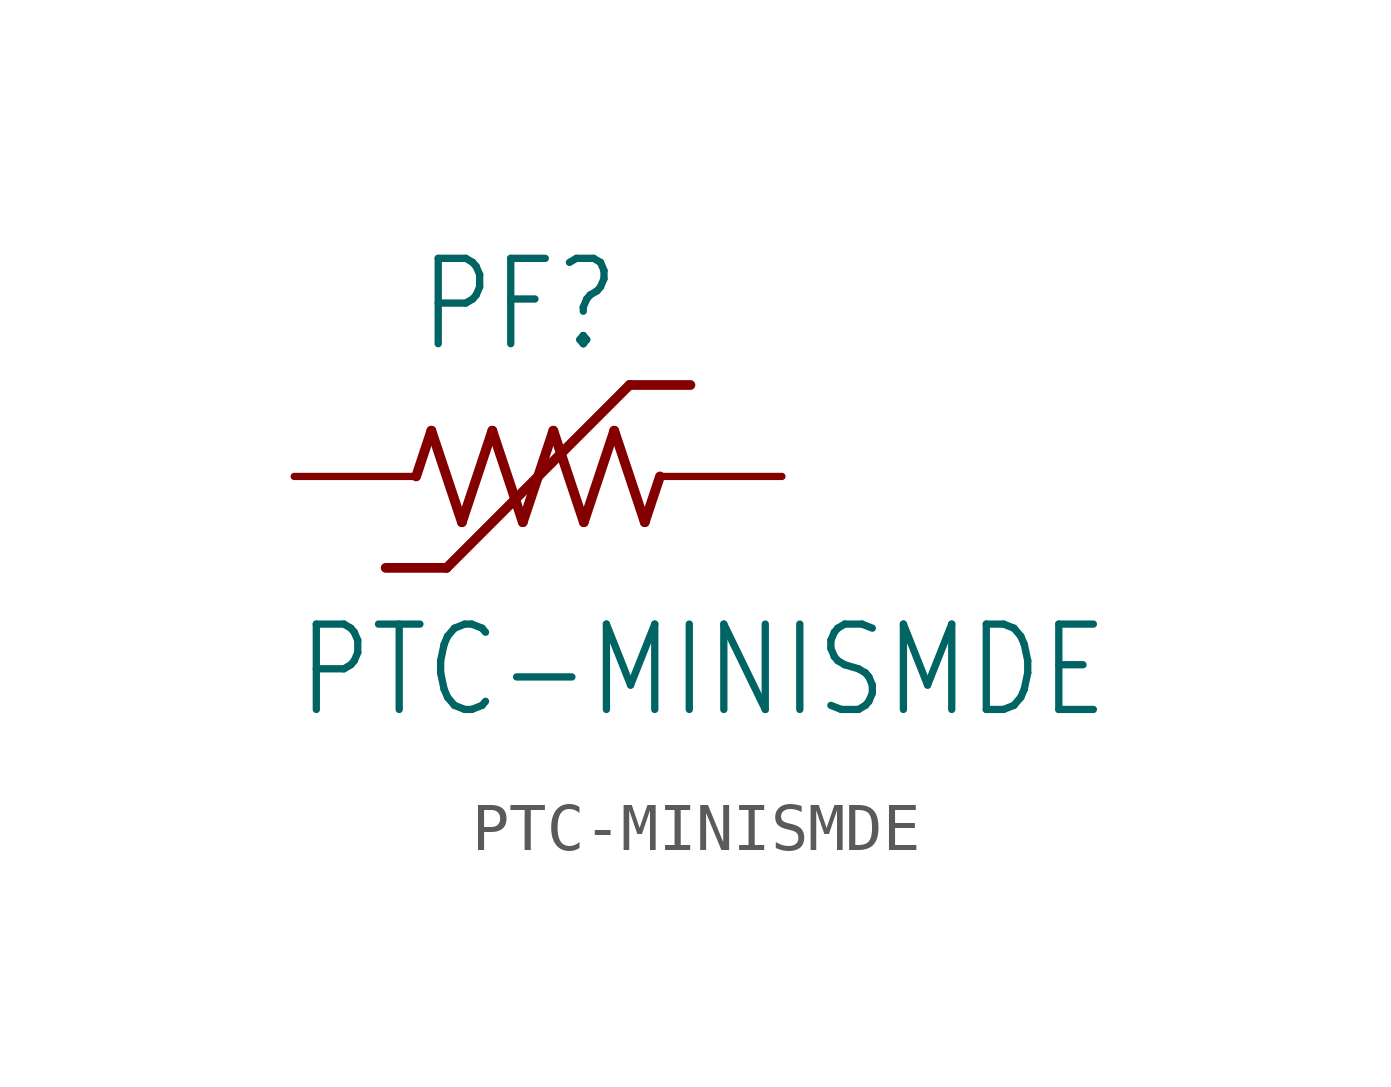
<source format=kicad_sym>
(kicad_symbol_lib
  (version 20211014)
  (generator kicad_symbol_editor)
  (symbol "PTC-MINISMDE"
    (property "Reference" "PF"
      (at -2.54 2.54 0)
      (effects (font (size 1.778 1.511)) (justify left bottom)))
    (property "Value" "PTC-MINISMDE"
      (at -5.08 -5.08 0)
      (effects (font (size 1.778 1.511)) (justify left bottom)))
    (property "ki_locked" ""
      (at 0 0 0)
      (effects (font (size 1.27 1.27))))
    (symbol "PTC-MINISMDE_1_0"
      (polyline (pts (xy -2.54 0) (xy -2.223 0.953)) (stroke (width 0.203) (type default) (color 0 0 0 0)) (fill (type none)))
      (polyline (pts (xy -2.223 0.953) (xy -1.587 -0.953)) (stroke (width 0.203) (type default) (color 0 0 0 0)) (fill (type none)))
      (polyline (pts (xy -1.905 -1.905) (xy -3.175 -1.905)) (stroke (width 0.203) (type default) (color 0 0 0 0)) (fill (type none)))
      (polyline (pts (xy -1.587 -0.953) (xy -0.953 0.953)) (stroke (width 0.203) (type default) (color 0 0 0 0)) (fill (type none)))
      (polyline (pts (xy -0.953 0.953) (xy -0.318 -0.953)) (stroke (width 0.203) (type default) (color 0 0 0 0)) (fill (type none)))
      (polyline (pts (xy -0.318 -0.953) (xy 0.318 0.953)) (stroke (width 0.203) (type default) (color 0 0 0 0)) (fill (type none)))
      (polyline (pts (xy 0.318 0.953) (xy 0.953 -0.953)) (stroke (width 0.203) (type default) (color 0 0 0 0)) (fill (type none)))
      (polyline (pts (xy 0.953 -0.953) (xy 1.587 0.953)) (stroke (width 0.203) (type default) (color 0 0 0 0)) (fill (type none)))
      (polyline (pts (xy 1.587 0.953) (xy 2.223 -0.953)) (stroke (width 0.203) (type default) (color 0 0 0 0)) (fill (type none)))
      (polyline (pts (xy 1.905 1.905) (xy -1.905 -1.905)) (stroke (width 0.203) (type default) (color 0 0 0 0)) (fill (type none)))
      (polyline (pts (xy 2.223 -0.953) (xy 2.54 0)) (stroke (width 0.203) (type default) (color 0 0 0 0)) (fill (type none)))
      (polyline (pts (xy 3.175 1.905) (xy 1.905 1.905)) (stroke (width 0.203) (type default) (color 0 0 0 0)) (fill (type none)))
      (pin passive line (at 5.08 0 180) (length 2.54) (name "2" (effects (font (size 0 0)))) (number "1" (effects (font (size 0 0)))))
      (pin passive line (at -5.08 0 0) (length 2.54) (name "1" (effects (font (size 0 0)))) (number "2" (effects (font (size 0 0))))))))
</source>
